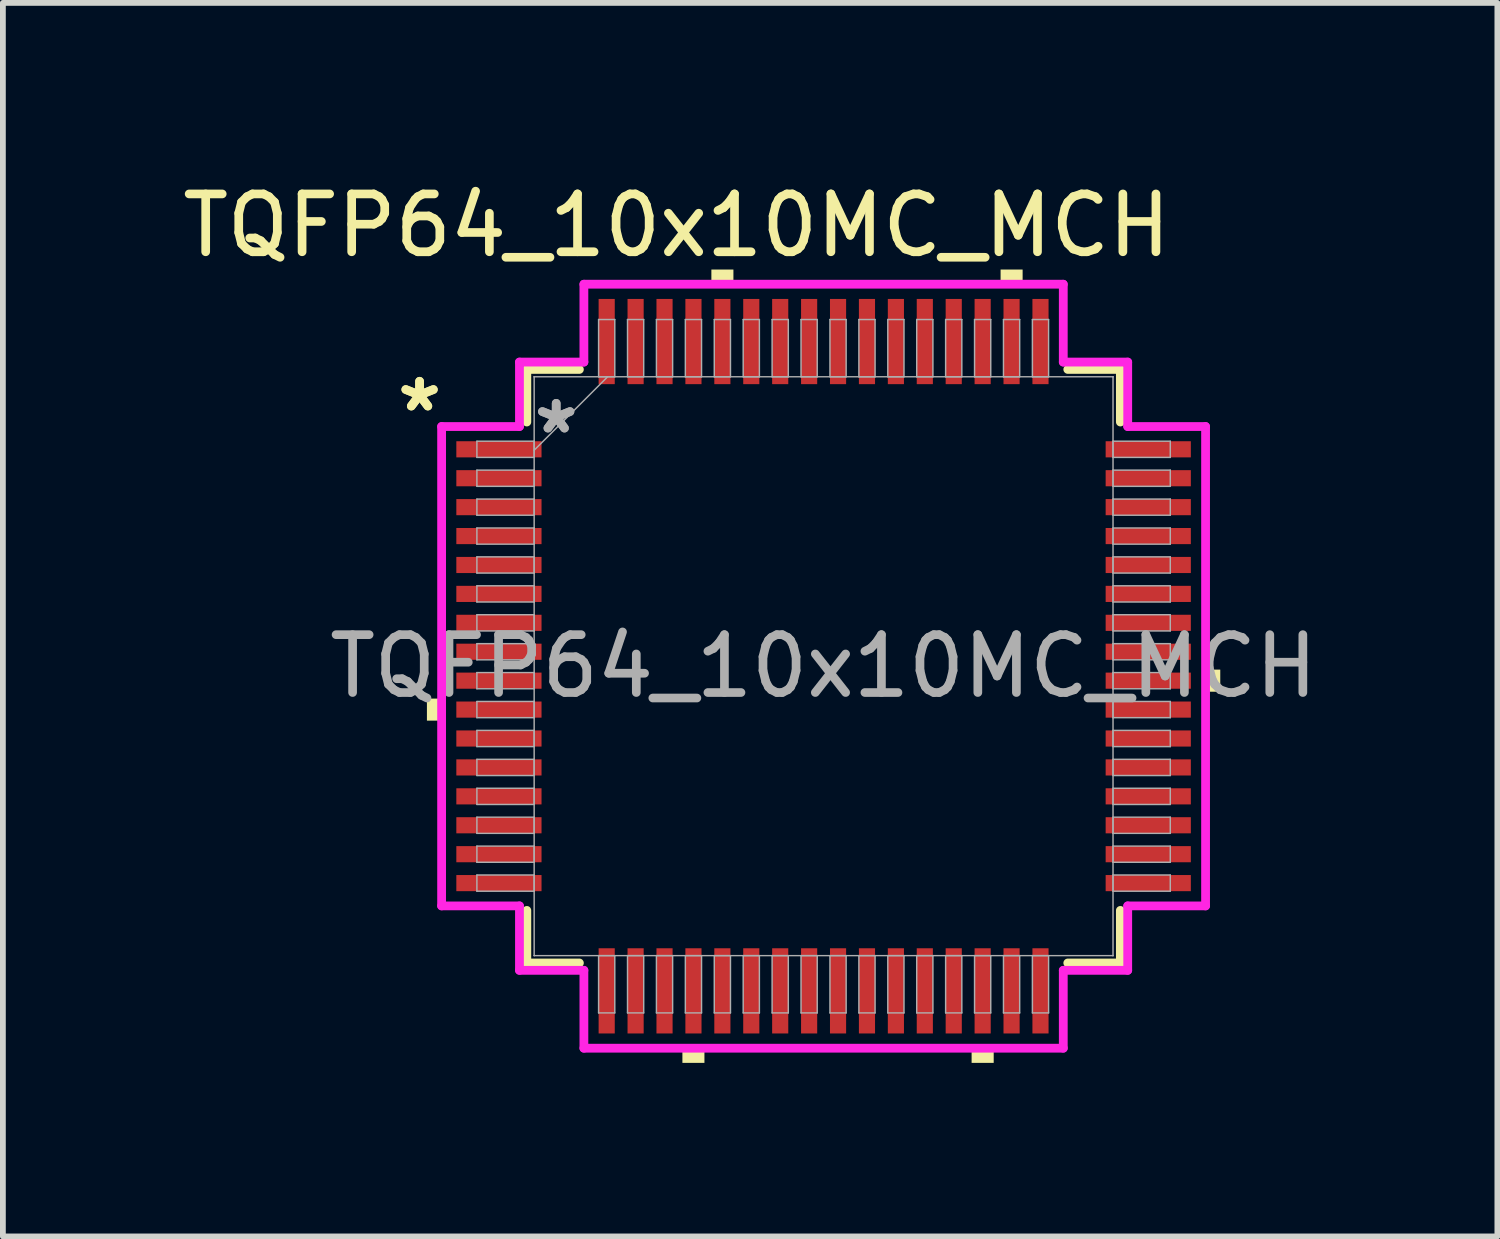
<source format=kicad_pcb>
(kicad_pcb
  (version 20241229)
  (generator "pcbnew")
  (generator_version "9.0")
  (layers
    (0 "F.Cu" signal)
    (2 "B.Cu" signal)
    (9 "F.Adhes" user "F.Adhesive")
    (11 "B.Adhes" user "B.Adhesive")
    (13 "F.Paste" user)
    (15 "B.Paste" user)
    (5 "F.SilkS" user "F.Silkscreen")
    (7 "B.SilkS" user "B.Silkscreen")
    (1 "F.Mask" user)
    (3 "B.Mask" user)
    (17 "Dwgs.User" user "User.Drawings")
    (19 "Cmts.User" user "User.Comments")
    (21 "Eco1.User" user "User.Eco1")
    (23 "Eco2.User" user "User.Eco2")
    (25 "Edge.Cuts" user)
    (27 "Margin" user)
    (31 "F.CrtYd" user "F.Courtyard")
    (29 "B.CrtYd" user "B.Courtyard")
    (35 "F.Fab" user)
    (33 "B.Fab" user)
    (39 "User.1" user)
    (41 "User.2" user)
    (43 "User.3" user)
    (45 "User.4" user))
  (footprint "TQFP64_10x10MC_MCH"
    (layer "F.Cu")
    (at 11.189 8.468)
    (property "Reference" "TQFP64_10x10MC_MCH" (at -2.54 -7.62 0) (unlocked yes) (layer "F.SilkS") (effects (font (size 1 1) (thickness 0.15))))
    (attr smd)
    (fp_line (start -5.131 -5.131) (end -5.131 -4.222) (stroke (width 0.152) (type solid)) (layer "F.SilkS"))
    (fp_line (start -5.131 4.222) (end -5.131 5.131) (stroke (width 0.152) (type solid)) (layer "F.SilkS"))
    (fp_line (start -5.131 5.131) (end -4.222 5.131) (stroke (width 0.152) (type solid)) (layer "F.SilkS"))
    (fp_line (start -4.222 -5.131) (end -5.131 -5.131) (stroke (width 0.152) (type solid)) (layer "F.SilkS"))
    (fp_line (start 4.222 5.131) (end 5.131 5.131) (stroke (width 0.152) (type solid)) (layer "F.SilkS"))
    (fp_line (start 5.131 -5.131) (end 4.222 -5.131) (stroke (width 0.152) (type solid)) (layer "F.SilkS"))
    (fp_line (start 5.131 -4.222) (end 5.131 -5.131) (stroke (width 0.152) (type solid)) (layer "F.SilkS"))
    (fp_line (start 5.131 5.131) (end 5.131 4.222) (stroke (width 0.152) (type solid)) (layer "F.SilkS"))
    (fp_poly (pts (xy -6.858 0.56) (xy -6.858 0.941) (xy -6.604 0.941) (xy -6.604 0.56)) (stroke (width 0) (type solid)) (fill yes) (layer "F.SilkS"))
    (fp_poly (pts (xy -2.441 6.604) (xy -2.441 6.858) (xy -2.06 6.858) (xy -2.06 6.604)) (stroke (width 0) (type solid)) (fill yes) (layer "F.SilkS"))
    (fp_poly (pts (xy -1.94 -6.604) (xy -1.94 -6.858) (xy -1.559 -6.858) (xy -1.559 -6.604)) (stroke (width 0) (type solid)) (fill yes) (layer "F.SilkS"))
    (fp_poly (pts (xy 2.559 6.604) (xy 2.559 6.858) (xy 2.941 6.858) (xy 2.941 6.604)) (stroke (width 0) (type solid)) (fill yes) (layer "F.SilkS"))
    (fp_poly (pts (xy 3.06 -6.604) (xy 3.06 -6.858) (xy 3.441 -6.858) (xy 3.441 -6.604)) (stroke (width 0) (type solid)) (fill yes) (layer "F.SilkS"))
    (fp_poly (pts (xy 6.858 0.059) (xy 6.858 0.441) (xy 6.604 0.441) (xy 6.604 0.059)) (stroke (width 0) (type solid)) (fill yes) (layer "F.SilkS"))
    (fp_line (start -6.604 -4.144) (end -5.258 -4.144) (stroke (width 0.152) (type solid)) (layer "F.CrtYd"))
    (fp_line (start -6.604 4.144) (end -6.604 -4.144) (stroke (width 0.152) (type solid)) (layer "F.CrtYd"))
    (fp_line (start -5.258 -5.258) (end -4.144 -5.258) (stroke (width 0.152) (type solid)) (layer "F.CrtYd"))
    (fp_line (start -5.258 -4.144) (end -5.258 -5.258) (stroke (width 0.152) (type solid)) (layer "F.CrtYd"))
    (fp_line (start -5.258 4.144) (end -6.604 4.144) (stroke (width 0.152) (type solid)) (layer "F.CrtYd"))
    (fp_line (start -5.258 5.258) (end -5.258 4.144) (stroke (width 0.152) (type solid)) (layer "F.CrtYd"))
    (fp_line (start -5.258 5.258) (end -4.144 5.258) (stroke (width 0.152) (type solid)) (layer "F.CrtYd"))
    (fp_line (start -4.144 -6.604) (end 4.144 -6.604) (stroke (width 0.152) (type solid)) (layer "F.CrtYd"))
    (fp_line (start -4.144 -5.258) (end -4.144 -6.604) (stroke (width 0.152) (type solid)) (layer "F.CrtYd"))
    (fp_line (start -4.144 5.258) (end -4.144 6.604) (stroke (width 0.152) (type solid)) (layer "F.CrtYd"))
    (fp_line (start -4.144 6.604) (end 4.144 6.604) (stroke (width 0.152) (type solid)) (layer "F.CrtYd"))
    (fp_line (start 4.144 -6.604) (end 4.144 -5.258) (stroke (width 0.152) (type solid)) (layer "F.CrtYd"))
    (fp_line (start 4.144 -5.258) (end 5.258 -5.258) (stroke (width 0.152) (type solid)) (layer "F.CrtYd"))
    (fp_line (start 4.144 5.258) (end 5.258 5.258) (stroke (width 0.152) (type solid)) (layer "F.CrtYd"))
    (fp_line (start 4.144 6.604) (end 4.144 5.258) (stroke (width 0.152) (type solid)) (layer "F.CrtYd"))
    (fp_line (start 5.258 -4.144) (end 5.258 -5.258) (stroke (width 0.152) (type solid)) (layer "F.CrtYd"))
    (fp_line (start 5.258 4.144) (end 6.604 4.144) (stroke (width 0.152) (type solid)) (layer "F.CrtYd"))
    (fp_line (start 5.258 5.258) (end 5.258 4.144) (stroke (width 0.152) (type solid)) (layer "F.CrtYd"))
    (fp_line (start 6.604 -4.144) (end 5.258 -4.144) (stroke (width 0.152) (type solid)) (layer "F.CrtYd"))
    (fp_line (start 6.604 4.144) (end 6.604 -4.144) (stroke (width 0.152) (type solid)) (layer "F.CrtYd"))
    (fp_line (start -5.994 -3.89) (end -5.994 -3.61) (stroke (width 0.025) (type solid)) (layer "F.Fab"))
    (fp_line (start -5.994 -3.61) (end -5.004 -3.61) (stroke (width 0.025) (type solid)) (layer "F.Fab"))
    (fp_line (start -5.994 -3.39) (end -5.994 -3.11) (stroke (width 0.025) (type solid)) (layer "F.Fab"))
    (fp_line (start -5.994 -3.11) (end -5.004 -3.11) (stroke (width 0.025) (type solid)) (layer "F.Fab"))
    (fp_line (start -5.994 -2.89) (end -5.994 -2.61) (stroke (width 0.025) (type solid)) (layer "F.Fab"))
    (fp_line (start -5.994 -2.61) (end -5.004 -2.61) (stroke (width 0.025) (type solid)) (layer "F.Fab"))
    (fp_line (start -5.994 -2.39) (end -5.994 -2.11) (stroke (width 0.025) (type solid)) (layer "F.Fab"))
    (fp_line (start -5.994 -2.11) (end -5.004 -2.11) (stroke (width 0.025) (type solid)) (layer "F.Fab"))
    (fp_line (start -5.994 -1.89) (end -5.994 -1.61) (stroke (width 0.025) (type solid)) (layer "F.Fab"))
    (fp_line (start -5.994 -1.61) (end -5.004 -1.61) (stroke (width 0.025) (type solid)) (layer "F.Fab"))
    (fp_line (start -5.994 -1.39) (end -5.994 -1.11) (stroke (width 0.025) (type solid)) (layer "F.Fab"))
    (fp_line (start -5.994 -1.11) (end -5.004 -1.11) (stroke (width 0.025) (type solid)) (layer "F.Fab"))
    (fp_line (start -5.994 -0.89) (end -5.994 -0.61) (stroke (width 0.025) (type solid)) (layer "F.Fab"))
    (fp_line (start -5.994 -0.61) (end -5.004 -0.61) (stroke (width 0.025) (type solid)) (layer "F.Fab"))
    (fp_line (start -5.994 -0.39) (end -5.994 -0.11) (stroke (width 0.025) (type solid)) (layer "F.Fab"))
    (fp_line (start -5.994 -0.11) (end -5.004 -0.11) (stroke (width 0.025) (type solid)) (layer "F.Fab"))
    (fp_line (start -5.994 0.11) (end -5.994 0.39) (stroke (width 0.025) (type solid)) (layer "F.Fab"))
    (fp_line (start -5.994 0.39) (end -5.004 0.39) (stroke (width 0.025) (type solid)) (layer "F.Fab"))
    (fp_line (start -5.994 0.61) (end -5.994 0.89) (stroke (width 0.025) (type solid)) (layer "F.Fab"))
    (fp_line (start -5.994 0.89) (end -5.004 0.89) (stroke (width 0.025) (type solid)) (layer "F.Fab"))
    (fp_line (start -5.994 1.11) (end -5.994 1.39) (stroke (width 0.025) (type solid)) (layer "F.Fab"))
    (fp_line (start -5.994 1.39) (end -5.004 1.39) (stroke (width 0.025) (type solid)) (layer "F.Fab"))
    (fp_line (start -5.994 1.61) (end -5.994 1.89) (stroke (width 0.025) (type solid)) (layer "F.Fab"))
    (fp_line (start -5.994 1.89) (end -5.004 1.89) (stroke (width 0.025) (type solid)) (layer "F.Fab"))
    (fp_line (start -5.994 2.11) (end -5.994 2.39) (stroke (width 0.025) (type solid)) (layer "F.Fab"))
    (fp_line (start -5.994 2.39) (end -5.004 2.39) (stroke (width 0.025) (type solid)) (layer "F.Fab"))
    (fp_line (start -5.994 2.61) (end -5.994 2.89) (stroke (width 0.025) (type solid)) (layer "F.Fab"))
    (fp_line (start -5.994 2.89) (end -5.004 2.89) (stroke (width 0.025) (type solid)) (layer "F.Fab"))
    (fp_line (start -5.994 3.11) (end -5.994 3.39) (stroke (width 0.025) (type solid)) (layer "F.Fab"))
    (fp_line (start -5.994 3.39) (end -5.004 3.39) (stroke (width 0.025) (type solid)) (layer "F.Fab"))
    (fp_line (start -5.994 3.61) (end -5.994 3.89) (stroke (width 0.025) (type solid)) (layer "F.Fab"))
    (fp_line (start -5.994 3.89) (end -5.004 3.89) (stroke (width 0.025) (type solid)) (layer "F.Fab"))
    (fp_line (start -5.004 -5.004) (end -5.004 -5.004) (stroke (width 0.025) (type solid)) (layer "F.Fab"))
    (fp_line (start -5.004 -5.004) (end -5.004 5.004) (stroke (width 0.025) (type solid)) (layer "F.Fab"))
    (fp_line (start -5.004 -3.89) (end -5.994 -3.89) (stroke (width 0.025) (type solid)) (layer "F.Fab"))
    (fp_line (start -5.004 -3.734) (end -3.734 -5.004) (stroke (width 0.025) (type solid)) (layer "F.Fab"))
    (fp_line (start -5.004 -3.61) (end -5.004 -3.89) (stroke (width 0.025) (type solid)) (layer "F.Fab"))
    (fp_line (start -5.004 -3.39) (end -5.994 -3.39) (stroke (width 0.025) (type solid)) (layer "F.Fab"))
    (fp_line (start -5.004 -3.11) (end -5.004 -3.39) (stroke (width 0.025) (type solid)) (layer "F.Fab"))
    (fp_line (start -5.004 -2.89) (end -5.994 -2.89) (stroke (width 0.025) (type solid)) (layer "F.Fab"))
    (fp_line (start -5.004 -2.61) (end -5.004 -2.89) (stroke (width 0.025) (type solid)) (layer "F.Fab"))
    (fp_line (start -5.004 -2.39) (end -5.994 -2.39) (stroke (width 0.025) (type solid)) (layer "F.Fab"))
    (fp_line (start -5.004 -2.11) (end -5.004 -2.39) (stroke (width 0.025) (type solid)) (layer "F.Fab"))
    (fp_line (start -5.004 -1.89) (end -5.994 -1.89) (stroke (width 0.025) (type solid)) (layer "F.Fab"))
    (fp_line (start -5.004 -1.61) (end -5.004 -1.89) (stroke (width 0.025) (type solid)) (layer "F.Fab"))
    (fp_line (start -5.004 -1.39) (end -5.994 -1.39) (stroke (width 0.025) (type solid)) (layer "F.Fab"))
    (fp_line (start -5.004 -1.11) (end -5.004 -1.39) (stroke (width 0.025) (type solid)) (layer "F.Fab"))
    (fp_line (start -5.004 -0.89) (end -5.994 -0.89) (stroke (width 0.025) (type solid)) (layer "F.Fab"))
    (fp_line (start -5.004 -0.61) (end -5.004 -0.89) (stroke (width 0.025) (type solid)) (layer "F.Fab"))
    (fp_line (start -5.004 -0.39) (end -5.994 -0.39) (stroke (width 0.025) (type solid)) (layer "F.Fab"))
    (fp_line (start -5.004 -0.11) (end -5.004 -0.39) (stroke (width 0.025) (type solid)) (layer "F.Fab"))
    (fp_line (start -5.004 0.11) (end -5.994 0.11) (stroke (width 0.025) (type solid)) (layer "F.Fab"))
    (fp_line (start -5.004 0.39) (end -5.004 0.11) (stroke (width 0.025) (type solid)) (layer "F.Fab"))
    (fp_line (start -5.004 0.61) (end -5.994 0.61) (stroke (width 0.025) (type solid)) (layer "F.Fab"))
    (fp_line (start -5.004 0.89) (end -5.004 0.61) (stroke (width 0.025) (type solid)) (layer "F.Fab"))
    (fp_line (start -5.004 1.11) (end -5.994 1.11) (stroke (width 0.025) (type solid)) (layer "F.Fab"))
    (fp_line (start -5.004 1.39) (end -5.004 1.11) (stroke (width 0.025) (type solid)) (layer "F.Fab"))
    (fp_line (start -5.004 1.61) (end -5.994 1.61) (stroke (width 0.025) (type solid)) (layer "F.Fab"))
    (fp_line (start -5.004 1.89) (end -5.004 1.61) (stroke (width 0.025) (type solid)) (layer "F.Fab"))
    (fp_line (start -5.004 2.11) (end -5.994 2.11) (stroke (width 0.025) (type solid)) (layer "F.Fab"))
    (fp_line (start -5.004 2.39) (end -5.004 2.11) (stroke (width 0.025) (type solid)) (layer "F.Fab"))
    (fp_line (start -5.004 2.61) (end -5.994 2.61) (stroke (width 0.025) (type solid)) (layer "F.Fab"))
    (fp_line (start -5.004 2.89) (end -5.004 2.61) (stroke (width 0.025) (type solid)) (layer "F.Fab"))
    (fp_line (start -5.004 3.11) (end -5.994 3.11) (stroke (width 0.025) (type solid)) (layer "F.Fab"))
    (fp_line (start -5.004 3.39) (end -5.004 3.11) (stroke (width 0.025) (type solid)) (layer "F.Fab"))
    (fp_line (start -5.004 3.61) (end -5.994 3.61) (stroke (width 0.025) (type solid)) (layer "F.Fab"))
    (fp_line (start -5.004 3.89) (end -5.004 3.61) (stroke (width 0.025) (type solid)) (layer "F.Fab"))
    (fp_line (start -5.004 5.004) (end -5.004 5.004) (stroke (width 0.025) (type solid)) (layer "F.Fab"))
    (fp_line (start -5.004 5.004) (end 5.004 5.004) (stroke (width 0.025) (type solid)) (layer "F.Fab"))
    (fp_line (start -3.89 -5.994) (end -3.89 -5.004) (stroke (width 0.025) (type solid)) (layer "F.Fab"))
    (fp_line (start -3.89 -5.004) (end -3.61 -5.004) (stroke (width 0.025) (type solid)) (layer "F.Fab"))
    (fp_line (start -3.89 5.004) (end -3.89 5.994) (stroke (width 0.025) (type solid)) (layer "F.Fab"))
    (fp_line (start -3.89 5.994) (end -3.61 5.994) (stroke (width 0.025) (type solid)) (layer "F.Fab"))
    (fp_line (start -3.61 -5.994) (end -3.89 -5.994) (stroke (width 0.025) (type solid)) (layer "F.Fab"))
    (fp_line (start -3.61 -5.004) (end -3.61 -5.994) (stroke (width 0.025) (type solid)) (layer "F.Fab"))
    (fp_line (start -3.61 5.004) (end -3.89 5.004) (stroke (width 0.025) (type solid)) (layer "F.Fab"))
    (fp_line (start -3.61 5.994) (end -3.61 5.004) (stroke (width 0.025) (type solid)) (layer "F.Fab"))
    (fp_line (start -3.39 -5.994) (end -3.39 -5.004) (stroke (width 0.025) (type solid)) (layer "F.Fab"))
    (fp_line (start -3.39 -5.004) (end -3.11 -5.004) (stroke (width 0.025) (type solid)) (layer "F.Fab"))
    (fp_line (start -3.39 5.004) (end -3.39 5.994) (stroke (width 0.025) (type solid)) (layer "F.Fab"))
    (fp_line (start -3.39 5.994) (end -3.11 5.994) (stroke (width 0.025) (type solid)) (layer "F.Fab"))
    (fp_line (start -3.11 -5.994) (end -3.39 -5.994) (stroke (width 0.025) (type solid)) (layer "F.Fab"))
    (fp_line (start -3.11 -5.004) (end -3.11 -5.994) (stroke (width 0.025) (type solid)) (layer "F.Fab"))
    (fp_line (start -3.11 5.004) (end -3.39 5.004) (stroke (width 0.025) (type solid)) (layer "F.Fab"))
    (fp_line (start -3.11 5.994) (end -3.11 5.004) (stroke (width 0.025) (type solid)) (layer "F.Fab"))
    (fp_line (start -2.89 -5.994) (end -2.89 -5.004) (stroke (width 0.025) (type solid)) (layer "F.Fab"))
    (fp_line (start -2.89 -5.004) (end -2.61 -5.004) (stroke (width 0.025) (type solid)) (layer "F.Fab"))
    (fp_line (start -2.89 5.004) (end -2.89 5.994) (stroke (width 0.025) (type solid)) (layer "F.Fab"))
    (fp_line (start -2.89 5.994) (end -2.61 5.994) (stroke (width 0.025) (type solid)) (layer "F.Fab"))
    (fp_line (start -2.61 -5.994) (end -2.89 -5.994) (stroke (width 0.025) (type solid)) (layer "F.Fab"))
    (fp_line (start -2.61 -5.004) (end -2.61 -5.994) (stroke (width 0.025) (type solid)) (layer "F.Fab"))
    (fp_line (start -2.61 5.004) (end -2.89 5.004) (stroke (width 0.025) (type solid)) (layer "F.Fab"))
    (fp_line (start -2.61 5.994) (end -2.61 5.004) (stroke (width 0.025) (type solid)) (layer "F.Fab"))
    (fp_line (start -2.39 -5.994) (end -2.39 -5.004) (stroke (width 0.025) (type solid)) (layer "F.Fab"))
    (fp_line (start -2.39 -5.004) (end -2.11 -5.004) (stroke (width 0.025) (type solid)) (layer "F.Fab"))
    (fp_line (start -2.39 5.004) (end -2.39 5.994) (stroke (width 0.025) (type solid)) (layer "F.Fab"))
    (fp_line (start -2.39 5.994) (end -2.11 5.994) (stroke (width 0.025) (type solid)) (layer "F.Fab"))
    (fp_line (start -2.11 -5.994) (end -2.39 -5.994) (stroke (width 0.025) (type solid)) (layer "F.Fab"))
    (fp_line (start -2.11 -5.004) (end -2.11 -5.994) (stroke (width 0.025) (type solid)) (layer "F.Fab"))
    (fp_line (start -2.11 5.004) (end -2.39 5.004) (stroke (width 0.025) (type solid)) (layer "F.Fab"))
    (fp_line (start -2.11 5.994) (end -2.11 5.004) (stroke (width 0.025) (type solid)) (layer "F.Fab"))
    (fp_line (start -1.89 -5.994) (end -1.89 -5.004) (stroke (width 0.025) (type solid)) (layer "F.Fab"))
    (fp_line (start -1.89 -5.004) (end -1.61 -5.004) (stroke (width 0.025) (type solid)) (layer "F.Fab"))
    (fp_line (start -1.89 5.004) (end -1.89 5.994) (stroke (width 0.025) (type solid)) (layer "F.Fab"))
    (fp_line (start -1.89 5.994) (end -1.61 5.994) (stroke (width 0.025) (type solid)) (layer "F.Fab"))
    (fp_line (start -1.61 -5.994) (end -1.89 -5.994) (stroke (width 0.025) (type solid)) (layer "F.Fab"))
    (fp_line (start -1.61 -5.004) (end -1.61 -5.994) (stroke (width 0.025) (type solid)) (layer "F.Fab"))
    (fp_line (start -1.61 5.004) (end -1.89 5.004) (stroke (width 0.025) (type solid)) (layer "F.Fab"))
    (fp_line (start -1.61 5.994) (end -1.61 5.004) (stroke (width 0.025) (type solid)) (layer "F.Fab"))
    (fp_line (start -1.39 -5.994) (end -1.39 -5.004) (stroke (width 0.025) (type solid)) (layer "F.Fab"))
    (fp_line (start -1.39 -5.004) (end -1.11 -5.004) (stroke (width 0.025) (type solid)) (layer "F.Fab"))
    (fp_line (start -1.39 5.004) (end -1.39 5.994) (stroke (width 0.025) (type solid)) (layer "F.Fab"))
    (fp_line (start -1.39 5.994) (end -1.11 5.994) (stroke (width 0.025) (type solid)) (layer "F.Fab"))
    (fp_line (start -1.11 -5.994) (end -1.39 -5.994) (stroke (width 0.025) (type solid)) (layer "F.Fab"))
    (fp_line (start -1.11 -5.004) (end -1.11 -5.994) (stroke (width 0.025) (type solid)) (layer "F.Fab"))
    (fp_line (start -1.11 5.004) (end -1.39 5.004) (stroke (width 0.025) (type solid)) (layer "F.Fab"))
    (fp_line (start -1.11 5.994) (end -1.11 5.004) (stroke (width 0.025) (type solid)) (layer "F.Fab"))
    (fp_line (start -0.89 -5.994) (end -0.89 -5.004) (stroke (width 0.025) (type solid)) (layer "F.Fab"))
    (fp_line (start -0.89 -5.004) (end -0.61 -5.004) (stroke (width 0.025) (type solid)) (layer "F.Fab"))
    (fp_line (start -0.89 5.004) (end -0.89 5.994) (stroke (width 0.025) (type solid)) (layer "F.Fab"))
    (fp_line (start -0.89 5.994) (end -0.61 5.994) (stroke (width 0.025) (type solid)) (layer "F.Fab"))
    (fp_line (start -0.61 -5.994) (end -0.89 -5.994) (stroke (width 0.025) (type solid)) (layer "F.Fab"))
    (fp_line (start -0.61 -5.004) (end -0.61 -5.994) (stroke (width 0.025) (type solid)) (layer "F.Fab"))
    (fp_line (start -0.61 5.004) (end -0.89 5.004) (stroke (width 0.025) (type solid)) (layer "F.Fab"))
    (fp_line (start -0.61 5.994) (end -0.61 5.004) (stroke (width 0.025) (type solid)) (layer "F.Fab"))
    (fp_line (start -0.39 -5.994) (end -0.39 -5.004) (stroke (width 0.025) (type solid)) (layer "F.Fab"))
    (fp_line (start -0.39 -5.004) (end -0.11 -5.004) (stroke (width 0.025) (type solid)) (layer "F.Fab"))
    (fp_line (start -0.39 5.004) (end -0.39 5.994) (stroke (width 0.025) (type solid)) (layer "F.Fab"))
    (fp_line (start -0.39 5.994) (end -0.11 5.994) (stroke (width 0.025) (type solid)) (layer "F.Fab"))
    (fp_line (start -0.11 -5.994) (end -0.39 -5.994) (stroke (width 0.025) (type solid)) (layer "F.Fab"))
    (fp_line (start -0.11 -5.004) (end -0.11 -5.994) (stroke (width 0.025) (type solid)) (layer "F.Fab"))
    (fp_line (start -0.11 5.004) (end -0.39 5.004) (stroke (width 0.025) (type solid)) (layer "F.Fab"))
    (fp_line (start -0.11 5.994) (end -0.11 5.004) (stroke (width 0.025) (type solid)) (layer "F.Fab"))
    (fp_line (start 0.11 -5.994) (end 0.11 -5.004) (stroke (width 0.025) (type solid)) (layer "F.Fab"))
    (fp_line (start 0.11 -5.004) (end 0.39 -5.004) (stroke (width 0.025) (type solid)) (layer "F.Fab"))
    (fp_line (start 0.11 5.004) (end 0.11 5.994) (stroke (width 0.025) (type solid)) (layer "F.Fab"))
    (fp_line (start 0.11 5.994) (end 0.39 5.994) (stroke (width 0.025) (type solid)) (layer "F.Fab"))
    (fp_line (start 0.39 -5.994) (end 0.11 -5.994) (stroke (width 0.025) (type solid)) (layer "F.Fab"))
    (fp_line (start 0.39 -5.004) (end 0.39 -5.994) (stroke (width 0.025) (type solid)) (layer "F.Fab"))
    (fp_line (start 0.39 5.004) (end 0.11 5.004) (stroke (width 0.025) (type solid)) (layer "F.Fab"))
    (fp_line (start 0.39 5.994) (end 0.39 5.004) (stroke (width 0.025) (type solid)) (layer "F.Fab"))
    (fp_line (start 0.61 -5.994) (end 0.61 -5.004) (stroke (width 0.025) (type solid)) (layer "F.Fab"))
    (fp_line (start 0.61 -5.004) (end 0.89 -5.004) (stroke (width 0.025) (type solid)) (layer "F.Fab"))
    (fp_line (start 0.61 5.004) (end 0.61 5.994) (stroke (width 0.025) (type solid)) (layer "F.Fab"))
    (fp_line (start 0.61 5.994) (end 0.89 5.994) (stroke (width 0.025) (type solid)) (layer "F.Fab"))
    (fp_line (start 0.89 -5.994) (end 0.61 -5.994) (stroke (width 0.025) (type solid)) (layer "F.Fab"))
    (fp_line (start 0.89 -5.004) (end 0.89 -5.994) (stroke (width 0.025) (type solid)) (layer "F.Fab"))
    (fp_line (start 0.89 5.004) (end 0.61 5.004) (stroke (width 0.025) (type solid)) (layer "F.Fab"))
    (fp_line (start 0.89 5.994) (end 0.89 5.004) (stroke (width 0.025) (type solid)) (layer "F.Fab"))
    (fp_line (start 1.11 -5.994) (end 1.11 -5.004) (stroke (width 0.025) (type solid)) (layer "F.Fab"))
    (fp_line (start 1.11 -5.004) (end 1.39 -5.004) (stroke (width 0.025) (type solid)) (layer "F.Fab"))
    (fp_line (start 1.11 5.004) (end 1.11 5.994) (stroke (width 0.025) (type solid)) (layer "F.Fab"))
    (fp_line (start 1.11 5.994) (end 1.39 5.994) (stroke (width 0.025) (type solid)) (layer "F.Fab"))
    (fp_line (start 1.39 -5.994) (end 1.11 -5.994) (stroke (width 0.025) (type solid)) (layer "F.Fab"))
    (fp_line (start 1.39 -5.004) (end 1.39 -5.994) (stroke (width 0.025) (type solid)) (layer "F.Fab"))
    (fp_line (start 1.39 5.004) (end 1.11 5.004) (stroke (width 0.025) (type solid)) (layer "F.Fab"))
    (fp_line (start 1.39 5.994) (end 1.39 5.004) (stroke (width 0.025) (type solid)) (layer "F.Fab"))
    (fp_line (start 1.61 -5.994) (end 1.61 -5.004) (stroke (width 0.025) (type solid)) (layer "F.Fab"))
    (fp_line (start 1.61 -5.004) (end 1.89 -5.004) (stroke (width 0.025) (type solid)) (layer "F.Fab"))
    (fp_line (start 1.61 5.004) (end 1.61 5.994) (stroke (width 0.025) (type solid)) (layer "F.Fab"))
    (fp_line (start 1.61 5.994) (end 1.89 5.994) (stroke (width 0.025) (type solid)) (layer "F.Fab"))
    (fp_line (start 1.89 -5.994) (end 1.61 -5.994) (stroke (width 0.025) (type solid)) (layer "F.Fab"))
    (fp_line (start 1.89 -5.004) (end 1.89 -5.994) (stroke (width 0.025) (type solid)) (layer "F.Fab"))
    (fp_line (start 1.89 5.004) (end 1.61 5.004) (stroke (width 0.025) (type solid)) (layer "F.Fab"))
    (fp_line (start 1.89 5.994) (end 1.89 5.004) (stroke (width 0.025) (type solid)) (layer "F.Fab"))
    (fp_line (start 2.11 -5.994) (end 2.11 -5.004) (stroke (width 0.025) (type solid)) (layer "F.Fab"))
    (fp_line (start 2.11 -5.004) (end 2.39 -5.004) (stroke (width 0.025) (type solid)) (layer "F.Fab"))
    (fp_line (start 2.11 5.004) (end 2.11 5.994) (stroke (width 0.025) (type solid)) (layer "F.Fab"))
    (fp_line (start 2.11 5.994) (end 2.39 5.994) (stroke (width 0.025) (type solid)) (layer "F.Fab"))
    (fp_line (start 2.39 -5.994) (end 2.11 -5.994) (stroke (width 0.025) (type solid)) (layer "F.Fab"))
    (fp_line (start 2.39 -5.004) (end 2.39 -5.994) (stroke (width 0.025) (type solid)) (layer "F.Fab"))
    (fp_line (start 2.39 5.004) (end 2.11 5.004) (stroke (width 0.025) (type solid)) (layer "F.Fab"))
    (fp_line (start 2.39 5.994) (end 2.39 5.004) (stroke (width 0.025) (type solid)) (layer "F.Fab"))
    (fp_line (start 2.61 -5.994) (end 2.61 -5.004) (stroke (width 0.025) (type solid)) (layer "F.Fab"))
    (fp_line (start 2.61 -5.004) (end 2.89 -5.004) (stroke (width 0.025) (type solid)) (layer "F.Fab"))
    (fp_line (start 2.61 5.004) (end 2.61 5.994) (stroke (width 0.025) (type solid)) (layer "F.Fab"))
    (fp_line (start 2.61 5.994) (end 2.89 5.994) (stroke (width 0.025) (type solid)) (layer "F.Fab"))
    (fp_line (start 2.89 -5.994) (end 2.61 -5.994) (stroke (width 0.025) (type solid)) (layer "F.Fab"))
    (fp_line (start 2.89 -5.004) (end 2.89 -5.994) (stroke (width 0.025) (type solid)) (layer "F.Fab"))
    (fp_line (start 2.89 5.004) (end 2.61 5.004) (stroke (width 0.025) (type solid)) (layer "F.Fab"))
    (fp_line (start 2.89 5.994) (end 2.89 5.004) (stroke (width 0.025) (type solid)) (layer "F.Fab"))
    (fp_line (start 3.11 -5.994) (end 3.11 -5.004) (stroke (width 0.025) (type solid)) (layer "F.Fab"))
    (fp_line (start 3.11 -5.004) (end 3.39 -5.004) (stroke (width 0.025) (type solid)) (layer "F.Fab"))
    (fp_line (start 3.11 5.004) (end 3.11 5.994) (stroke (width 0.025) (type solid)) (layer "F.Fab"))
    (fp_line (start 3.11 5.994) (end 3.39 5.994) (stroke (width 0.025) (type solid)) (layer "F.Fab"))
    (fp_line (start 3.39 -5.994) (end 3.11 -5.994) (stroke (width 0.025) (type solid)) (layer "F.Fab"))
    (fp_line (start 3.39 -5.004) (end 3.39 -5.994) (stroke (width 0.025) (type solid)) (layer "F.Fab"))
    (fp_line (start 3.39 5.004) (end 3.11 5.004) (stroke (width 0.025) (type solid)) (layer "F.Fab"))
    (fp_line (start 3.39 5.994) (end 3.39 5.004) (stroke (width 0.025) (type solid)) (layer "F.Fab"))
    (fp_line (start 3.61 -5.994) (end 3.61 -5.004) (stroke (width 0.025) (type solid)) (layer "F.Fab"))
    (fp_line (start 3.61 -5.004) (end 3.89 -5.004) (stroke (width 0.025) (type solid)) (layer "F.Fab"))
    (fp_line (start 3.61 5.004) (end 3.61 5.994) (stroke (width 0.025) (type solid)) (layer "F.Fab"))
    (fp_line (start 3.61 5.994) (end 3.89 5.994) (stroke (width 0.025) (type solid)) (layer "F.Fab"))
    (fp_line (start 3.89 -5.994) (end 3.61 -5.994) (stroke (width 0.025) (type solid)) (layer "F.Fab"))
    (fp_line (start 3.89 -5.004) (end 3.89 -5.994) (stroke (width 0.025) (type solid)) (layer "F.Fab"))
    (fp_line (start 3.89 5.004) (end 3.61 5.004) (stroke (width 0.025) (type solid)) (layer "F.Fab"))
    (fp_line (start 3.89 5.994) (end 3.89 5.004) (stroke (width 0.025) (type solid)) (layer "F.Fab"))
    (fp_line (start 5.004 -5.004) (end -5.004 -5.004) (stroke (width 0.025) (type solid)) (layer "F.Fab"))
    (fp_line (start 5.004 -5.004) (end 5.004 -5.004) (stroke (width 0.025) (type solid)) (layer "F.Fab"))
    (fp_line (start 5.004 -3.89) (end 5.004 -3.61) (stroke (width 0.025) (type solid)) (layer "F.Fab"))
    (fp_line (start 5.004 -3.61) (end 5.994 -3.61) (stroke (width 0.025) (type solid)) (layer "F.Fab"))
    (fp_line (start 5.004 -3.39) (end 5.004 -3.11) (stroke (width 0.025) (type solid)) (layer "F.Fab"))
    (fp_line (start 5.004 -3.11) (end 5.994 -3.11) (stroke (width 0.025) (type solid)) (layer "F.Fab"))
    (fp_line (start 5.004 -2.89) (end 5.004 -2.61) (stroke (width 0.025) (type solid)) (layer "F.Fab"))
    (fp_line (start 5.004 -2.61) (end 5.994 -2.61) (stroke (width 0.025) (type solid)) (layer "F.Fab"))
    (fp_line (start 5.004 -2.39) (end 5.004 -2.11) (stroke (width 0.025) (type solid)) (layer "F.Fab"))
    (fp_line (start 5.004 -2.11) (end 5.994 -2.11) (stroke (width 0.025) (type solid)) (layer "F.Fab"))
    (fp_line (start 5.004 -1.89) (end 5.004 -1.61) (stroke (width 0.025) (type solid)) (layer "F.Fab"))
    (fp_line (start 5.004 -1.61) (end 5.994 -1.61) (stroke (width 0.025) (type solid)) (layer "F.Fab"))
    (fp_line (start 5.004 -1.39) (end 5.004 -1.11) (stroke (width 0.025) (type solid)) (layer "F.Fab"))
    (fp_line (start 5.004 -1.11) (end 5.994 -1.11) (stroke (width 0.025) (type solid)) (layer "F.Fab"))
    (fp_line (start 5.004 -0.89) (end 5.004 -0.61) (stroke (width 0.025) (type solid)) (layer "F.Fab"))
    (fp_line (start 5.004 -0.61) (end 5.994 -0.61) (stroke (width 0.025) (type solid)) (layer "F.Fab"))
    (fp_line (start 5.004 -0.39) (end 5.004 -0.11) (stroke (width 0.025) (type solid)) (layer "F.Fab"))
    (fp_line (start 5.004 -0.11) (end 5.994 -0.11) (stroke (width 0.025) (type solid)) (layer "F.Fab"))
    (fp_line (start 5.004 0.11) (end 5.004 0.39) (stroke (width 0.025) (type solid)) (layer "F.Fab"))
    (fp_line (start 5.004 0.39) (end 5.994 0.39) (stroke (width 0.025) (type solid)) (layer "F.Fab"))
    (fp_line (start 5.004 0.61) (end 5.004 0.89) (stroke (width 0.025) (type solid)) (layer "F.Fab"))
    (fp_line (start 5.004 0.89) (end 5.994 0.89) (stroke (width 0.025) (type solid)) (layer "F.Fab"))
    (fp_line (start 5.004 1.11) (end 5.004 1.39) (stroke (width 0.025) (type solid)) (layer "F.Fab"))
    (fp_line (start 5.004 1.39) (end 5.994 1.39) (stroke (width 0.025) (type solid)) (layer "F.Fab"))
    (fp_line (start 5.004 1.61) (end 5.004 1.89) (stroke (width 0.025) (type solid)) (layer "F.Fab"))
    (fp_line (start 5.004 1.89) (end 5.994 1.89) (stroke (width 0.025) (type solid)) (layer "F.Fab"))
    (fp_line (start 5.004 2.11) (end 5.004 2.39) (stroke (width 0.025) (type solid)) (layer "F.Fab"))
    (fp_line (start 5.004 2.39) (end 5.994 2.39) (stroke (width 0.025) (type solid)) (layer "F.Fab"))
    (fp_line (start 5.004 2.61) (end 5.004 2.89) (stroke (width 0.025) (type solid)) (layer "F.Fab"))
    (fp_line (start 5.004 2.89) (end 5.994 2.89) (stroke (width 0.025) (type solid)) (layer "F.Fab"))
    (fp_line (start 5.004 3.11) (end 5.004 3.39) (stroke (width 0.025) (type solid)) (layer "F.Fab"))
    (fp_line (start 5.004 3.39) (end 5.994 3.39) (stroke (width 0.025) (type solid)) (layer "F.Fab"))
    (fp_line (start 5.004 3.61) (end 5.004 3.89) (stroke (width 0.025) (type solid)) (layer "F.Fab"))
    (fp_line (start 5.004 3.89) (end 5.994 3.89) (stroke (width 0.025) (type solid)) (layer "F.Fab"))
    (fp_line (start 5.004 5.004) (end 5.004 -5.004) (stroke (width 0.025) (type solid)) (layer "F.Fab"))
    (fp_line (start 5.004 5.004) (end 5.004 5.004) (stroke (width 0.025) (type solid)) (layer "F.Fab"))
    (fp_line (start 5.994 -3.89) (end 5.004 -3.89) (stroke (width 0.025) (type solid)) (layer "F.Fab"))
    (fp_line (start 5.994 -3.61) (end 5.994 -3.89) (stroke (width 0.025) (type solid)) (layer "F.Fab"))
    (fp_line (start 5.994 -3.39) (end 5.004 -3.39) (stroke (width 0.025) (type solid)) (layer "F.Fab"))
    (fp_line (start 5.994 -3.11) (end 5.994 -3.39) (stroke (width 0.025) (type solid)) (layer "F.Fab"))
    (fp_line (start 5.994 -2.89) (end 5.004 -2.89) (stroke (width 0.025) (type solid)) (layer "F.Fab"))
    (fp_line (start 5.994 -2.61) (end 5.994 -2.89) (stroke (width 0.025) (type solid)) (layer "F.Fab"))
    (fp_line (start 5.994 -2.39) (end 5.004 -2.39) (stroke (width 0.025) (type solid)) (layer "F.Fab"))
    (fp_line (start 5.994 -2.11) (end 5.994 -2.39) (stroke (width 0.025) (type solid)) (layer "F.Fab"))
    (fp_line (start 5.994 -1.89) (end 5.004 -1.89) (stroke (width 0.025) (type solid)) (layer "F.Fab"))
    (fp_line (start 5.994 -1.61) (end 5.994 -1.89) (stroke (width 0.025) (type solid)) (layer "F.Fab"))
    (fp_line (start 5.994 -1.39) (end 5.004 -1.39) (stroke (width 0.025) (type solid)) (layer "F.Fab"))
    (fp_line (start 5.994 -1.11) (end 5.994 -1.39) (stroke (width 0.025) (type solid)) (layer "F.Fab"))
    (fp_line (start 5.994 -0.89) (end 5.004 -0.89) (stroke (width 0.025) (type solid)) (layer "F.Fab"))
    (fp_line (start 5.994 -0.61) (end 5.994 -0.89) (stroke (width 0.025) (type solid)) (layer "F.Fab"))
    (fp_line (start 5.994 -0.39) (end 5.004 -0.39) (stroke (width 0.025) (type solid)) (layer "F.Fab"))
    (fp_line (start 5.994 -0.11) (end 5.994 -0.39) (stroke (width 0.025) (type solid)) (layer "F.Fab"))
    (fp_line (start 5.994 0.11) (end 5.004 0.11) (stroke (width 0.025) (type solid)) (layer "F.Fab"))
    (fp_line (start 5.994 0.39) (end 5.994 0.11) (stroke (width 0.025) (type solid)) (layer "F.Fab"))
    (fp_line (start 5.994 0.61) (end 5.004 0.61) (stroke (width 0.025) (type solid)) (layer "F.Fab"))
    (fp_line (start 5.994 0.89) (end 5.994 0.61) (stroke (width 0.025) (type solid)) (layer "F.Fab"))
    (fp_line (start 5.994 1.11) (end 5.004 1.11) (stroke (width 0.025) (type solid)) (layer "F.Fab"))
    (fp_line (start 5.994 1.39) (end 5.994 1.11) (stroke (width 0.025) (type solid)) (layer "F.Fab"))
    (fp_line (start 5.994 1.61) (end 5.004 1.61) (stroke (width 0.025) (type solid)) (layer "F.Fab"))
    (fp_line (start 5.994 1.89) (end 5.994 1.61) (stroke (width 0.025) (type solid)) (layer "F.Fab"))
    (fp_line (start 5.994 2.11) (end 5.004 2.11) (stroke (width 0.025) (type solid)) (layer "F.Fab"))
    (fp_line (start 5.994 2.39) (end 5.994 2.11) (stroke (width 0.025) (type solid)) (layer "F.Fab"))
    (fp_line (start 5.994 2.61) (end 5.004 2.61) (stroke (width 0.025) (type solid)) (layer "F.Fab"))
    (fp_line (start 5.994 2.89) (end 5.994 2.61) (stroke (width 0.025) (type solid)) (layer "F.Fab"))
    (fp_line (start 5.994 3.11) (end 5.004 3.11) (stroke (width 0.025) (type solid)) (layer "F.Fab"))
    (fp_line (start 5.994 3.39) (end 5.994 3.11) (stroke (width 0.025) (type solid)) (layer "F.Fab"))
    (fp_line (start 5.994 3.61) (end 5.004 3.61) (stroke (width 0.025) (type solid)) (layer "F.Fab"))
    (fp_line (start 5.994 3.89) (end 5.994 3.61) (stroke (width 0.025) (type solid)) (layer "F.Fab"))
    (fp_text user "*" (at -6.985 -4.381 0) (layer "F.SilkS") (effects (font (size 1 1) (thickness 0.15))))
    (fp_text user "*" (at -6.985 -4.381 0) (unlocked yes) (layer "F.SilkS") (effects (font (size 1 1) (thickness 0.15))))
    (fp_text user "${REFERENCE}" (at 0 0 0) (unlocked yes) (layer "F.Fab") (effects (font (size 1 1) (thickness 0.15))))
    (fp_text user "*" (at -4.623 -4 0) (layer "F.Fab") (effects (font (size 1 1) (thickness 0.15))))
    (fp_text user "*" (at -4.623 -4 0) (unlocked yes) (layer "F.Fab") (effects (font (size 1 1) (thickness 0.15))))
    (pad "1" smd rect (at -5.613 -3.75 90) (size 0.279 1.473) (layers "F.Cu" "F.Mask" "F.Paste"))
    (pad "2" smd rect (at -5.613 -3.25 90) (size 0.279 1.473) (layers "F.Cu" "F.Mask" "F.Paste"))
    (pad "3" smd rect (at -5.613 -2.75 90) (size 0.279 1.473) (layers "F.Cu" "F.Mask" "F.Paste"))
    (pad "4" smd rect (at -5.613 -2.25 90) (size 0.279 1.473) (layers "F.Cu" "F.Mask" "F.Paste"))
    (pad "5" smd rect (at -5.613 -1.75 90) (size 0.279 1.473) (layers "F.Cu" "F.Mask" "F.Paste"))
    (pad "6" smd rect (at -5.613 -1.25 90) (size 0.279 1.473) (layers "F.Cu" "F.Mask" "F.Paste"))
    (pad "7" smd rect (at -5.613 -0.75 90) (size 0.279 1.473) (layers "F.Cu" "F.Mask" "F.Paste"))
    (pad "8" smd rect (at -5.613 -0.25 90) (size 0.279 1.473) (layers "F.Cu" "F.Mask" "F.Paste"))
    (pad "9" smd rect (at -5.613 0.25 90) (size 0.279 1.473) (layers "F.Cu" "F.Mask" "F.Paste"))
    (pad "10" smd rect (at -5.613 0.75 90) (size 0.279 1.473) (layers "F.Cu" "F.Mask" "F.Paste"))
    (pad "11" smd rect (at -5.613 1.25 90) (size 0.279 1.473) (layers "F.Cu" "F.Mask" "F.Paste"))
    (pad "12" smd rect (at -5.613 1.75 90) (size 0.279 1.473) (layers "F.Cu" "F.Mask" "F.Paste"))
    (pad "13" smd rect (at -5.613 2.25 90) (size 0.279 1.473) (layers "F.Cu" "F.Mask" "F.Paste"))
    (pad "14" smd rect (at -5.613 2.75 90) (size 0.279 1.473) (layers "F.Cu" "F.Mask" "F.Paste"))
    (pad "15" smd rect (at -5.613 3.25 90) (size 0.279 1.473) (layers "F.Cu" "F.Mask" "F.Paste"))
    (pad "16" smd rect (at -5.613 3.75 90) (size 0.279 1.473) (layers "F.Cu" "F.Mask" "F.Paste"))
    (pad "17" smd rect (at -3.75 5.613) (size 0.279 1.473) (layers "F.Cu" "F.Mask" "F.Paste"))
    (pad "18" smd rect (at -3.25 5.613) (size 0.279 1.473) (layers "F.Cu" "F.Mask" "F.Paste"))
    (pad "19" smd rect (at -2.75 5.613) (size 0.279 1.473) (layers "F.Cu" "F.Mask" "F.Paste"))
    (pad "20" smd rect (at -2.25 5.613) (size 0.279 1.473) (layers "F.Cu" "F.Mask" "F.Paste"))
    (pad "21" smd rect (at -1.75 5.613) (size 0.279 1.473) (layers "F.Cu" "F.Mask" "F.Paste"))
    (pad "22" smd rect (at -1.25 5.613) (size 0.279 1.473) (layers "F.Cu" "F.Mask" "F.Paste"))
    (pad "23" smd rect (at -0.75 5.613) (size 0.279 1.473) (layers "F.Cu" "F.Mask" "F.Paste"))
    (pad "24" smd rect (at -0.25 5.613) (size 0.279 1.473) (layers "F.Cu" "F.Mask" "F.Paste"))
    (pad "25" smd rect (at 0.25 5.613) (size 0.279 1.473) (layers "F.Cu" "F.Mask" "F.Paste"))
    (pad "26" smd rect (at 0.75 5.613) (size 0.279 1.473) (layers "F.Cu" "F.Mask" "F.Paste"))
    (pad "27" smd rect (at 1.25 5.613) (size 0.279 1.473) (layers "F.Cu" "F.Mask" "F.Paste"))
    (pad "28" smd rect (at 1.75 5.613) (size 0.279 1.473) (layers "F.Cu" "F.Mask" "F.Paste"))
    (pad "29" smd rect (at 2.25 5.613) (size 0.279 1.473) (layers "F.Cu" "F.Mask" "F.Paste"))
    (pad "30" smd rect (at 2.75 5.613) (size 0.279 1.473) (layers "F.Cu" "F.Mask" "F.Paste"))
    (pad "31" smd rect (at 3.25 5.613) (size 0.279 1.473) (layers "F.Cu" "F.Mask" "F.Paste"))
    (pad "32" smd rect (at 3.75 5.613) (size 0.279 1.473) (layers "F.Cu" "F.Mask" "F.Paste"))
    (pad "33" smd rect (at 5.613 3.75 90) (size 0.279 1.473) (layers "F.Cu" "F.Mask" "F.Paste"))
    (pad "34" smd rect (at 5.613 3.25 90) (size 0.279 1.473) (layers "F.Cu" "F.Mask" "F.Paste"))
    (pad "35" smd rect (at 5.613 2.75 90) (size 0.279 1.473) (layers "F.Cu" "F.Mask" "F.Paste"))
    (pad "36" smd rect (at 5.613 2.25 90) (size 0.279 1.473) (layers "F.Cu" "F.Mask" "F.Paste"))
    (pad "37" smd rect (at 5.613 1.75 90) (size 0.279 1.473) (layers "F.Cu" "F.Mask" "F.Paste"))
    (pad "38" smd rect (at 5.613 1.25 90) (size 0.279 1.473) (layers "F.Cu" "F.Mask" "F.Paste"))
    (pad "39" smd rect (at 5.613 0.75 90) (size 0.279 1.473) (layers "F.Cu" "F.Mask" "F.Paste"))
    (pad "40" smd rect (at 5.613 0.25 90) (size 0.279 1.473) (layers "F.Cu" "F.Mask" "F.Paste"))
    (pad "41" smd rect (at 5.613 -0.25 90) (size 0.279 1.473) (layers "F.Cu" "F.Mask" "F.Paste"))
    (pad "42" smd rect (at 5.613 -0.75 90) (size 0.279 1.473) (layers "F.Cu" "F.Mask" "F.Paste"))
    (pad "43" smd rect (at 5.613 -1.25 90) (size 0.279 1.473) (layers "F.Cu" "F.Mask" "F.Paste"))
    (pad "44" smd rect (at 5.613 -1.75 90) (size 0.279 1.473) (layers "F.Cu" "F.Mask" "F.Paste"))
    (pad "45" smd rect (at 5.613 -2.25 90) (size 0.279 1.473) (layers "F.Cu" "F.Mask" "F.Paste"))
    (pad "46" smd rect (at 5.613 -2.75 90) (size 0.279 1.473) (layers "F.Cu" "F.Mask" "F.Paste"))
    (pad "47" smd rect (at 5.613 -3.25 90) (size 0.279 1.473) (layers "F.Cu" "F.Mask" "F.Paste"))
    (pad "48" smd rect (at 5.613 -3.75 90) (size 0.279 1.473) (layers "F.Cu" "F.Mask" "F.Paste"))
    (pad "49" smd rect (at 3.75 -5.613) (size 0.279 1.473) (layers "F.Cu" "F.Mask" "F.Paste"))
    (pad "50" smd rect (at 3.25 -5.613) (size 0.279 1.473) (layers "F.Cu" "F.Mask" "F.Paste"))
    (pad "51" smd rect (at 2.75 -5.613) (size 0.279 1.473) (layers "F.Cu" "F.Mask" "F.Paste"))
    (pad "52" smd rect (at 2.25 -5.613) (size 0.279 1.473) (layers "F.Cu" "F.Mask" "F.Paste"))
    (pad "53" smd rect (at 1.75 -5.613) (size 0.279 1.473) (layers "F.Cu" "F.Mask" "F.Paste"))
    (pad "54" smd rect (at 1.25 -5.613) (size 0.279 1.473) (layers "F.Cu" "F.Mask" "F.Paste"))
    (pad "55" smd rect (at 0.75 -5.613) (size 0.279 1.473) (layers "F.Cu" "F.Mask" "F.Paste"))
    (pad "56" smd rect (at 0.25 -5.613) (size 0.279 1.473) (layers "F.Cu" "F.Mask" "F.Paste"))
    (pad "57" smd rect (at -0.25 -5.613) (size 0.279 1.473) (layers "F.Cu" "F.Mask" "F.Paste"))
    (pad "58" smd rect (at -0.75 -5.613) (size 0.279 1.473) (layers "F.Cu" "F.Mask" "F.Paste"))
    (pad "59" smd rect (at -1.25 -5.613) (size 0.279 1.473) (layers "F.Cu" "F.Mask" "F.Paste"))
    (pad "60" smd rect (at -1.75 -5.613) (size 0.279 1.473) (layers "F.Cu" "F.Mask" "F.Paste"))
    (pad "61" smd rect (at -2.25 -5.613) (size 0.279 1.473) (layers "F.Cu" "F.Mask" "F.Paste"))
    (pad "62" smd rect (at -2.75 -5.613) (size 0.279 1.473) (layers "F.Cu" "F.Mask" "F.Paste"))
    (pad "63" smd rect (at -3.25 -5.613) (size 0.279 1.473) (layers "F.Cu" "F.Mask" "F.Paste"))
    (pad "64" smd rect (at -3.75 -5.613) (size 0.279 1.473) (layers "F.Cu" "F.Mask" "F.Paste")))
  (gr_rect
    (start -3 -3)
    (end 22.838 18.326)
    (stroke (width 0.1) (type default))
    (fill no)
    (layer "Edge.Cuts")))
</source>
